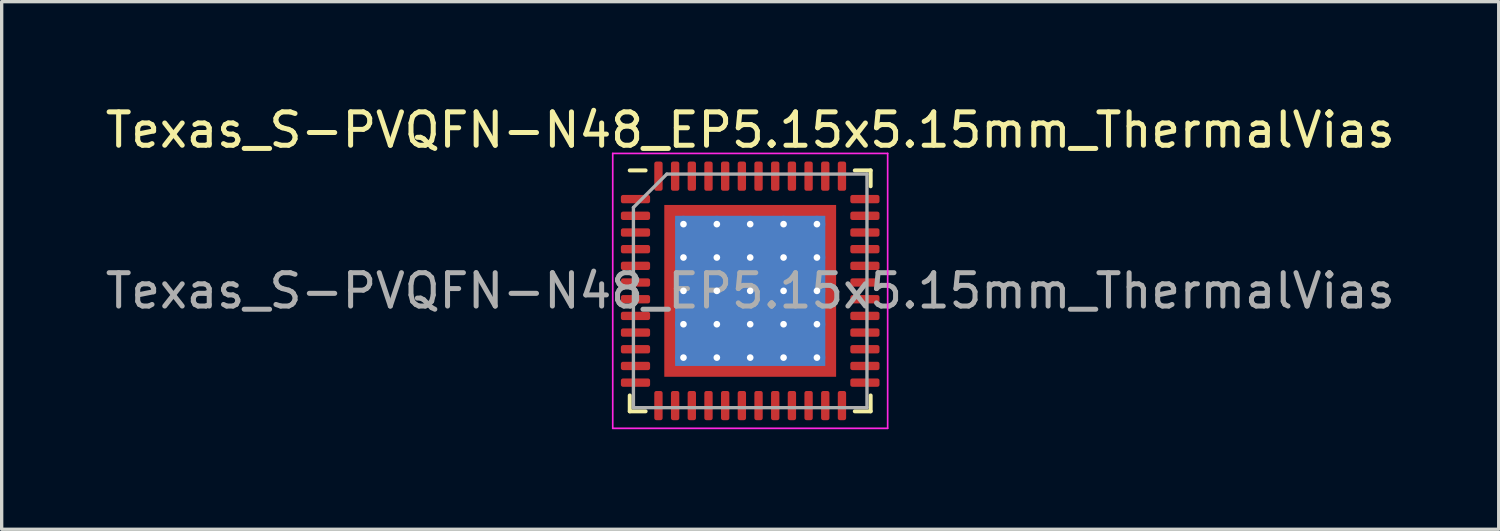
<source format=kicad_pcb>
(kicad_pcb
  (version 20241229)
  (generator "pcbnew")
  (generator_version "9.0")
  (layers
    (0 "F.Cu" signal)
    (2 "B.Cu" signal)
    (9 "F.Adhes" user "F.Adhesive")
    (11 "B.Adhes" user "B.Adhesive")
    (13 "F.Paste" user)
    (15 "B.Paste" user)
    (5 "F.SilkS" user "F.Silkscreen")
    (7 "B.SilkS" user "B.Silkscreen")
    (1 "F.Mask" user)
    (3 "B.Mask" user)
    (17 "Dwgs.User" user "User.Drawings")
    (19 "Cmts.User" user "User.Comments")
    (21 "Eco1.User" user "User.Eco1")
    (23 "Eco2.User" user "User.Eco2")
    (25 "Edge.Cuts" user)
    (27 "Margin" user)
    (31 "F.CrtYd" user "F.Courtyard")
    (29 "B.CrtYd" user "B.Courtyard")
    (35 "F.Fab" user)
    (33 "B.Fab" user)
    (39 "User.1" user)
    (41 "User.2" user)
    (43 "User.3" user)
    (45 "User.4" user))
  (footprint "Texas_S-PVQFN-N48_EP5.15x5.15mm_ThermalVias"
    (layer "F.Cu")
    (at 19.435 5.668)
    (property "Reference" "Texas_S-PVQFN-N48_EP5.15x5.15mm_ThermalVias" (at 0 -4.82 0) (layer "F.SilkS") (effects (font (size 1 1) (thickness 0.15))))
    (attr smd)
    (fp_line (start -3.61 3.61) (end -3.61 3.135) (stroke (width 0.12) (type solid)) (layer "F.SilkS"))
    (fp_line (start -3.135 -3.61) (end -3.61 -3.61) (stroke (width 0.12) (type solid)) (layer "F.SilkS"))
    (fp_line (start -3.135 3.61) (end -3.61 3.61) (stroke (width 0.12) (type solid)) (layer "F.SilkS"))
    (fp_line (start 3.135 -3.61) (end 3.61 -3.61) (stroke (width 0.12) (type solid)) (layer "F.SilkS"))
    (fp_line (start 3.135 3.61) (end 3.61 3.61) (stroke (width 0.12) (type solid)) (layer "F.SilkS"))
    (fp_line (start 3.61 -3.61) (end 3.61 -3.135) (stroke (width 0.12) (type solid)) (layer "F.SilkS"))
    (fp_line (start 3.61 3.61) (end 3.61 3.135) (stroke (width 0.12) (type solid)) (layer "F.SilkS"))
    (fp_line (start -4.12 -4.12) (end -4.12 4.12) (stroke (width 0.05) (type solid)) (layer "F.CrtYd"))
    (fp_line (start -4.12 4.12) (end 4.12 4.12) (stroke (width 0.05) (type solid)) (layer "F.CrtYd"))
    (fp_line (start 4.12 -4.12) (end -4.12 -4.12) (stroke (width 0.05) (type solid)) (layer "F.CrtYd"))
    (fp_line (start 4.12 4.12) (end 4.12 -4.12) (stroke (width 0.05) (type solid)) (layer "F.CrtYd"))
    (fp_line (start -3.5 -2.5) (end -2.5 -3.5) (stroke (width 0.1) (type solid)) (layer "F.Fab"))
    (fp_line (start -3.5 3.5) (end -3.5 -2.5) (stroke (width 0.1) (type solid)) (layer "F.Fab"))
    (fp_line (start -2.5 -3.5) (end 3.5 -3.5) (stroke (width 0.1) (type solid)) (layer "F.Fab"))
    (fp_line (start 3.5 -3.5) (end 3.5 3.5) (stroke (width 0.1) (type solid)) (layer "F.Fab"))
    (fp_line (start 3.5 3.5) (end -3.5 3.5) (stroke (width 0.1) (type solid)) (layer "F.Fab"))
    (fp_text user "${REFERENCE}" (at 0 0 0) (layer "F.Fab") (effects (font (size 1 1) (thickness 0.15))))
    (pad "" smd custom (at -2.288 -2.288) (size 0.342 0.342) (layers "F.Paste") (options (anchor circle)) (primitives (gr_poly (pts (xy -0.116 -0.116) (xy 0.116 -0.116) (xy 0.116 0.012) (xy 0.012 0.116) (xy -0.116 0.116)) (width 0.232) (fill yes))))
    (pad "" smd custom (at -2.288 -1.5) (size 0.371 0.371) (layers "F.Paste") (options (anchor circle)) (primitives (gr_poly (pts (xy -0.14 -0.311) (xy 0.063 -0.311) (xy 0.14 -0.235) (xy 0.14 0.235) (xy 0.063 0.311) (xy -0.14 0.311)) (width 0.184) (fill yes))))
    (pad "" smd custom (at -2.288 -0.5) (size 0.371 0.371) (layers "F.Paste") (options (anchor circle)) (primitives (gr_poly (pts (xy -0.14 -0.311) (xy 0.063 -0.311) (xy 0.14 -0.235) (xy 0.14 0.235) (xy 0.063 0.311) (xy -0.14 0.311)) (width 0.184) (fill yes))))
    (pad "" smd custom (at -2.288 0.5) (size 0.371 0.371) (layers "F.Paste") (options (anchor circle)) (primitives (gr_poly (pts (xy -0.14 -0.311) (xy 0.063 -0.311) (xy 0.14 -0.235) (xy 0.14 0.235) (xy 0.063 0.311) (xy -0.14 0.311)) (width 0.184) (fill yes))))
    (pad "" smd custom (at -2.288 1.5) (size 0.371 0.371) (layers "F.Paste") (options (anchor circle)) (primitives (gr_poly (pts (xy -0.14 -0.311) (xy 0.063 -0.311) (xy 0.14 -0.235) (xy 0.14 0.235) (xy 0.063 0.311) (xy -0.14 0.311)) (width 0.184) (fill yes))))
    (pad "" smd custom (at -2.288 2.288) (size 0.342 0.342) (layers "F.Paste") (options (anchor circle)) (primitives (gr_poly (pts (xy -0.116 -0.116) (xy 0.012 -0.116) (xy 0.116 -0.012) (xy 0.116 0.116) (xy -0.116 0.116)) (width 0.232) (fill yes))))
    (pad "" smd custom (at -1.5 -2.288) (size 0.371 0.371) (layers "F.Paste") (options (anchor circle)) (primitives (gr_poly (pts (xy -0.311 -0.14) (xy 0.311 -0.14) (xy 0.311 0.063) (xy 0.235 0.14) (xy -0.235 0.14) (xy -0.311 0.063)) (width 0.184) (fill yes))))
    (pad "" smd roundrect (at -1.5 -1.5) (size 0.806 0.806) (layers "F.Paste") (roundrect_rratio 0.25))
    (pad "" smd roundrect (at -1.5 -0.5) (size 0.806 0.806) (layers "F.Paste") (roundrect_rratio 0.25))
    (pad "" smd roundrect (at -1.5 0.5) (size 0.806 0.806) (layers "F.Paste") (roundrect_rratio 0.25))
    (pad "" smd roundrect (at -1.5 1.5) (size 0.806 0.806) (layers "F.Paste") (roundrect_rratio 0.25))
    (pad "" smd custom (at -1.5 2.288) (size 0.371 0.371) (layers "F.Paste") (options (anchor circle)) (primitives (gr_poly (pts (xy -0.311 -0.063) (xy -0.235 -0.14) (xy 0.235 -0.14) (xy 0.311 -0.063) (xy 0.311 0.14) (xy -0.311 0.14)) (width 0.184) (fill yes))))
    (pad "" smd custom (at -0.5 -2.288) (size 0.371 0.371) (layers "F.Paste") (options (anchor circle)) (primitives (gr_poly (pts (xy -0.311 -0.14) (xy 0.311 -0.14) (xy 0.311 0.063) (xy 0.235 0.14) (xy -0.235 0.14) (xy -0.311 0.063)) (width 0.184) (fill yes))))
    (pad "" smd roundrect (at -0.5 -1.5) (size 0.806 0.806) (layers "F.Paste") (roundrect_rratio 0.25))
    (pad "" smd roundrect (at -0.5 -0.5) (size 0.806 0.806) (layers "F.Paste") (roundrect_rratio 0.25))
    (pad "" smd roundrect (at -0.5 0.5) (size 0.806 0.806) (layers "F.Paste") (roundrect_rratio 0.25))
    (pad "" smd roundrect (at -0.5 1.5) (size 0.806 0.806) (layers "F.Paste") (roundrect_rratio 0.25))
    (pad "" smd custom (at -0.5 2.288) (size 0.371 0.371) (layers "F.Paste") (options (anchor circle)) (primitives (gr_poly (pts (xy -0.311 -0.063) (xy -0.235 -0.14) (xy 0.235 -0.14) (xy 0.311 -0.063) (xy 0.311 0.14) (xy -0.311 0.14)) (width 0.184) (fill yes))))
    (pad "" smd custom (at 0.5 -2.288) (size 0.371 0.371) (layers "F.Paste") (options (anchor circle)) (primitives (gr_poly (pts (xy -0.311 -0.14) (xy 0.311 -0.14) (xy 0.311 0.063) (xy 0.235 0.14) (xy -0.235 0.14) (xy -0.311 0.063)) (width 0.184) (fill yes))))
    (pad "" smd roundrect (at 0.5 -1.5) (size 0.806 0.806) (layers "F.Paste") (roundrect_rratio 0.25))
    (pad "" smd roundrect (at 0.5 -0.5) (size 0.806 0.806) (layers "F.Paste") (roundrect_rratio 0.25))
    (pad "" smd roundrect (at 0.5 0.5) (size 0.806 0.806) (layers "F.Paste") (roundrect_rratio 0.25))
    (pad "" smd roundrect (at 0.5 1.5) (size 0.806 0.806) (layers "F.Paste") (roundrect_rratio 0.25))
    (pad "" smd custom (at 0.5 2.288) (size 0.371 0.371) (layers "F.Paste") (options (anchor circle)) (primitives (gr_poly (pts (xy -0.311 -0.063) (xy -0.235 -0.14) (xy 0.235 -0.14) (xy 0.311 -0.063) (xy 0.311 0.14) (xy -0.311 0.14)) (width 0.184) (fill yes))))
    (pad "" smd custom (at 1.5 -2.288) (size 0.371 0.371) (layers "F.Paste") (options (anchor circle)) (primitives (gr_poly (pts (xy -0.311 -0.14) (xy 0.311 -0.14) (xy 0.311 0.063) (xy 0.235 0.14) (xy -0.235 0.14) (xy -0.311 0.063)) (width 0.184) (fill yes))))
    (pad "" smd roundrect (at 1.5 -1.5) (size 0.806 0.806) (layers "F.Paste") (roundrect_rratio 0.25))
    (pad "" smd roundrect (at 1.5 -0.5) (size 0.806 0.806) (layers "F.Paste") (roundrect_rratio 0.25))
    (pad "" smd roundrect (at 1.5 0.5) (size 0.806 0.806) (layers "F.Paste") (roundrect_rratio 0.25))
    (pad "" smd roundrect (at 1.5 1.5) (size 0.806 0.806) (layers "F.Paste") (roundrect_rratio 0.25))
    (pad "" smd custom (at 1.5 2.288) (size 0.371 0.371) (layers "F.Paste") (options (anchor circle)) (primitives (gr_poly (pts (xy -0.311 -0.063) (xy -0.235 -0.14) (xy 0.235 -0.14) (xy 0.311 -0.063) (xy 0.311 0.14) (xy -0.311 0.14)) (width 0.184) (fill yes))))
    (pad "" smd custom (at 2.288 -2.288) (size 0.342 0.342) (layers "F.Paste") (options (anchor circle)) (primitives (gr_poly (pts (xy -0.116 -0.116) (xy 0.116 -0.116) (xy 0.116 0.116) (xy -0.012 0.116) (xy -0.116 0.012)) (width 0.232) (fill yes))))
    (pad "" smd custom (at 2.288 -1.5) (size 0.371 0.371) (layers "F.Paste") (options (anchor circle)) (primitives (gr_poly (pts (xy -0.14 -0.235) (xy -0.063 -0.311) (xy 0.14 -0.311) (xy 0.14 0.311) (xy -0.063 0.311) (xy -0.14 0.235)) (width 0.184) (fill yes))))
    (pad "" smd custom (at 2.288 -0.5) (size 0.371 0.371) (layers "F.Paste") (options (anchor circle)) (primitives (gr_poly (pts (xy -0.14 -0.235) (xy -0.063 -0.311) (xy 0.14 -0.311) (xy 0.14 0.311) (xy -0.063 0.311) (xy -0.14 0.235)) (width 0.184) (fill yes))))
    (pad "" smd custom (at 2.288 0.5) (size 0.371 0.371) (layers "F.Paste") (options (anchor circle)) (primitives (gr_poly (pts (xy -0.14 -0.235) (xy -0.063 -0.311) (xy 0.14 -0.311) (xy 0.14 0.311) (xy -0.063 0.311) (xy -0.14 0.235)) (width 0.184) (fill yes))))
    (pad "" smd custom (at 2.288 1.5) (size 0.371 0.371) (layers "F.Paste") (options (anchor circle)) (primitives (gr_poly (pts (xy -0.14 -0.235) (xy -0.063 -0.311) (xy 0.14 -0.311) (xy 0.14 0.311) (xy -0.063 0.311) (xy -0.14 0.235)) (width 0.184) (fill yes))))
    (pad "" smd custom (at 2.288 2.288) (size 0.342 0.342) (layers "F.Paste") (options (anchor circle)) (primitives (gr_poly (pts (xy -0.116 -0.012) (xy -0.012 -0.116) (xy 0.116 -0.116) (xy 0.116 0.116) (xy -0.116 0.116)) (width 0.232) (fill yes))))
    (pad "1" smd roundrect (at -3.438 -2.75) (size 0.875 0.25) (layers "F.Cu" "F.Mask" "F.Paste") (roundrect_rratio 0.25))
    (pad "2" smd roundrect (at -3.438 -2.25) (size 0.875 0.25) (layers "F.Cu" "F.Mask" "F.Paste") (roundrect_rratio 0.25))
    (pad "3" smd roundrect (at -3.438 -1.75) (size 0.875 0.25) (layers "F.Cu" "F.Mask" "F.Paste") (roundrect_rratio 0.25))
    (pad "4" smd roundrect (at -3.438 -1.25) (size 0.875 0.25) (layers "F.Cu" "F.Mask" "F.Paste") (roundrect_rratio 0.25))
    (pad "5" smd roundrect (at -3.438 -0.75) (size 0.875 0.25) (layers "F.Cu" "F.Mask" "F.Paste") (roundrect_rratio 0.25))
    (pad "6" smd roundrect (at -3.438 -0.25) (size 0.875 0.25) (layers "F.Cu" "F.Mask" "F.Paste") (roundrect_rratio 0.25))
    (pad "7" smd roundrect (at -3.438 0.25) (size 0.875 0.25) (layers "F.Cu" "F.Mask" "F.Paste") (roundrect_rratio 0.25))
    (pad "8" smd roundrect (at -3.438 0.75) (size 0.875 0.25) (layers "F.Cu" "F.Mask" "F.Paste") (roundrect_rratio 0.25))
    (pad "9" smd roundrect (at -3.438 1.25) (size 0.875 0.25) (layers "F.Cu" "F.Mask" "F.Paste") (roundrect_rratio 0.25))
    (pad "10" smd roundrect (at -3.438 1.75) (size 0.875 0.25) (layers "F.Cu" "F.Mask" "F.Paste") (roundrect_rratio 0.25))
    (pad "11" smd roundrect (at -3.438 2.25) (size 0.875 0.25) (layers "F.Cu" "F.Mask" "F.Paste") (roundrect_rratio 0.25))
    (pad "12" smd roundrect (at -3.438 2.75) (size 0.875 0.25) (layers "F.Cu" "F.Mask" "F.Paste") (roundrect_rratio 0.25))
    (pad "13" smd roundrect (at -2.75 3.438) (size 0.25 0.875) (layers "F.Cu" "F.Mask" "F.Paste") (roundrect_rratio 0.25))
    (pad "14" smd roundrect (at -2.25 3.438) (size 0.25 0.875) (layers "F.Cu" "F.Mask" "F.Paste") (roundrect_rratio 0.25))
    (pad "15" smd roundrect (at -1.75 3.438) (size 0.25 0.875) (layers "F.Cu" "F.Mask" "F.Paste") (roundrect_rratio 0.25))
    (pad "16" smd roundrect (at -1.25 3.438) (size 0.25 0.875) (layers "F.Cu" "F.Mask" "F.Paste") (roundrect_rratio 0.25))
    (pad "17" smd roundrect (at -0.75 3.438) (size 0.25 0.875) (layers "F.Cu" "F.Mask" "F.Paste") (roundrect_rratio 0.25))
    (pad "18" smd roundrect (at -0.25 3.438) (size 0.25 0.875) (layers "F.Cu" "F.Mask" "F.Paste") (roundrect_rratio 0.25))
    (pad "19" smd roundrect (at 0.25 3.438) (size 0.25 0.875) (layers "F.Cu" "F.Mask" "F.Paste") (roundrect_rratio 0.25))
    (pad "20" smd roundrect (at 0.75 3.438) (size 0.25 0.875) (layers "F.Cu" "F.Mask" "F.Paste") (roundrect_rratio 0.25))
    (pad "21" smd roundrect (at 1.25 3.438) (size 0.25 0.875) (layers "F.Cu" "F.Mask" "F.Paste") (roundrect_rratio 0.25))
    (pad "22" smd roundrect (at 1.75 3.438) (size 0.25 0.875) (layers "F.Cu" "F.Mask" "F.Paste") (roundrect_rratio 0.25))
    (pad "23" smd roundrect (at 2.25 3.438) (size 0.25 0.875) (layers "F.Cu" "F.Mask" "F.Paste") (roundrect_rratio 0.25))
    (pad "24" smd roundrect (at 2.75 3.438) (size 0.25 0.875) (layers "F.Cu" "F.Mask" "F.Paste") (roundrect_rratio 0.25))
    (pad "25" smd roundrect (at 3.438 2.75) (size 0.875 0.25) (layers "F.Cu" "F.Mask" "F.Paste") (roundrect_rratio 0.25))
    (pad "26" smd roundrect (at 3.438 2.25) (size 0.875 0.25) (layers "F.Cu" "F.Mask" "F.Paste") (roundrect_rratio 0.25))
    (pad "27" smd roundrect (at 3.438 1.75) (size 0.875 0.25) (layers "F.Cu" "F.Mask" "F.Paste") (roundrect_rratio 0.25))
    (pad "28" smd roundrect (at 3.438 1.25) (size 0.875 0.25) (layers "F.Cu" "F.Mask" "F.Paste") (roundrect_rratio 0.25))
    (pad "29" smd roundrect (at 3.438 0.75) (size 0.875 0.25) (layers "F.Cu" "F.Mask" "F.Paste") (roundrect_rratio 0.25))
    (pad "30" smd roundrect (at 3.438 0.25) (size 0.875 0.25) (layers "F.Cu" "F.Mask" "F.Paste") (roundrect_rratio 0.25))
    (pad "31" smd roundrect (at 3.438 -0.25) (size 0.875 0.25) (layers "F.Cu" "F.Mask" "F.Paste") (roundrect_rratio 0.25))
    (pad "32" smd roundrect (at 3.438 -0.75) (size 0.875 0.25) (layers "F.Cu" "F.Mask" "F.Paste") (roundrect_rratio 0.25))
    (pad "33" smd roundrect (at 3.438 -1.25) (size 0.875 0.25) (layers "F.Cu" "F.Mask" "F.Paste") (roundrect_rratio 0.25))
    (pad "34" smd roundrect (at 3.438 -1.75) (size 0.875 0.25) (layers "F.Cu" "F.Mask" "F.Paste") (roundrect_rratio 0.25))
    (pad "35" smd roundrect (at 3.438 -2.25) (size 0.875 0.25) (layers "F.Cu" "F.Mask" "F.Paste") (roundrect_rratio 0.25))
    (pad "36" smd roundrect (at 3.438 -2.75) (size 0.875 0.25) (layers "F.Cu" "F.Mask" "F.Paste") (roundrect_rratio 0.25))
    (pad "37" smd roundrect (at 2.75 -3.438) (size 0.25 0.875) (layers "F.Cu" "F.Mask" "F.Paste") (roundrect_rratio 0.25))
    (pad "38" smd roundrect (at 2.25 -3.438) (size 0.25 0.875) (layers "F.Cu" "F.Mask" "F.Paste") (roundrect_rratio 0.25))
    (pad "39" smd roundrect (at 1.75 -3.438) (size 0.25 0.875) (layers "F.Cu" "F.Mask" "F.Paste") (roundrect_rratio 0.25))
    (pad "40" smd roundrect (at 1.25 -3.438) (size 0.25 0.875) (layers "F.Cu" "F.Mask" "F.Paste") (roundrect_rratio 0.25))
    (pad "41" smd roundrect (at 0.75 -3.438) (size 0.25 0.875) (layers "F.Cu" "F.Mask" "F.Paste") (roundrect_rratio 0.25))
    (pad "42" smd roundrect (at 0.25 -3.438) (size 0.25 0.875) (layers "F.Cu" "F.Mask" "F.Paste") (roundrect_rratio 0.25))
    (pad "43" smd roundrect (at -0.25 -3.438) (size 0.25 0.875) (layers "F.Cu" "F.Mask" "F.Paste") (roundrect_rratio 0.25))
    (pad "44" smd roundrect (at -0.75 -3.438) (size 0.25 0.875) (layers "F.Cu" "F.Mask" "F.Paste") (roundrect_rratio 0.25))
    (pad "45" smd roundrect (at -1.25 -3.438) (size 0.25 0.875) (layers "F.Cu" "F.Mask" "F.Paste") (roundrect_rratio 0.25))
    (pad "46" smd roundrect (at -1.75 -3.438) (size 0.25 0.875) (layers "F.Cu" "F.Mask" "F.Paste") (roundrect_rratio 0.25))
    (pad "47" smd roundrect (at -2.25 -3.438) (size 0.25 0.875) (layers "F.Cu" "F.Mask" "F.Paste") (roundrect_rratio 0.25))
    (pad "48" smd roundrect (at -2.75 -3.438) (size 0.25 0.875) (layers "F.Cu" "F.Mask" "F.Paste") (roundrect_rratio 0.25))
    (pad "49" thru_hole circle (at -2 -2) (size 0.5 0.5) (drill 0.2) (layers "*.Cu"))
    (pad "49" thru_hole circle (at -2 -1) (size 0.5 0.5) (drill 0.2) (layers "*.Cu"))
    (pad "49" thru_hole circle (at -2 0) (size 0.5 0.5) (drill 0.2) (layers "*.Cu"))
    (pad "49" thru_hole circle (at -2 1) (size 0.5 0.5) (drill 0.2) (layers "*.Cu"))
    (pad "49" thru_hole circle (at -2 2) (size 0.5 0.5) (drill 0.2) (layers "*.Cu"))
    (pad "49" thru_hole circle (at -1 -2) (size 0.5 0.5) (drill 0.2) (layers "*.Cu"))
    (pad "49" thru_hole circle (at -1 -1) (size 0.5 0.5) (drill 0.2) (layers "*.Cu"))
    (pad "49" thru_hole circle (at -1 0) (size 0.5 0.5) (drill 0.2) (layers "*.Cu"))
    (pad "49" thru_hole circle (at -1 1) (size 0.5 0.5) (drill 0.2) (layers "*.Cu"))
    (pad "49" thru_hole circle (at -1 2) (size 0.5 0.5) (drill 0.2) (layers "*.Cu"))
    (pad "49" thru_hole circle (at 0 -2) (size 0.5 0.5) (drill 0.2) (layers "*.Cu"))
    (pad "49" thru_hole circle (at 0 -1) (size 0.5 0.5) (drill 0.2) (layers "*.Cu"))
    (pad "49" thru_hole circle (at 0 0) (size 0.5 0.5) (drill 0.2) (layers "*.Cu"))
    (pad "49" smd rect (at 0 0) (size 4.5 4.5) (layers "B.Cu"))
    (pad "49" smd rect (at 0 0) (size 5.15 5.15) (layers "F.Cu" "F.Mask"))
    (pad "49" thru_hole circle (at 0 1) (size 0.5 0.5) (drill 0.2) (layers "*.Cu"))
    (pad "49" thru_hole circle (at 0 2) (size 0.5 0.5) (drill 0.2) (layers "*.Cu"))
    (pad "49" thru_hole circle (at 1 -2) (size 0.5 0.5) (drill 0.2) (layers "*.Cu"))
    (pad "49" thru_hole circle (at 1 -1) (size 0.5 0.5) (drill 0.2) (layers "*.Cu"))
    (pad "49" thru_hole circle (at 1 0) (size 0.5 0.5) (drill 0.2) (layers "*.Cu"))
    (pad "49" thru_hole circle (at 1 1) (size 0.5 0.5) (drill 0.2) (layers "*.Cu"))
    (pad "49" thru_hole circle (at 1 2) (size 0.5 0.5) (drill 0.2) (layers "*.Cu"))
    (pad "49" thru_hole circle (at 2 -2) (size 0.5 0.5) (drill 0.2) (layers "*.Cu"))
    (pad "49" thru_hole circle (at 2 -1) (size 0.5 0.5) (drill 0.2) (layers "*.Cu"))
    (pad "49" thru_hole circle (at 2 0) (size 0.5 0.5) (drill 0.2) (layers "*.Cu"))
    (pad "49" thru_hole circle (at 2 1) (size 0.5 0.5) (drill 0.2) (layers "*.Cu"))
    (pad "49" thru_hole circle (at 2 2) (size 0.5 0.5) (drill 0.2) (layers "*.Cu")))
  (gr_rect
    (start -3 -3)
    (end 41.869 12.813)
    (stroke (width 0.1) (type default))
    (fill no)
    (layer "Edge.Cuts")))
</source>
